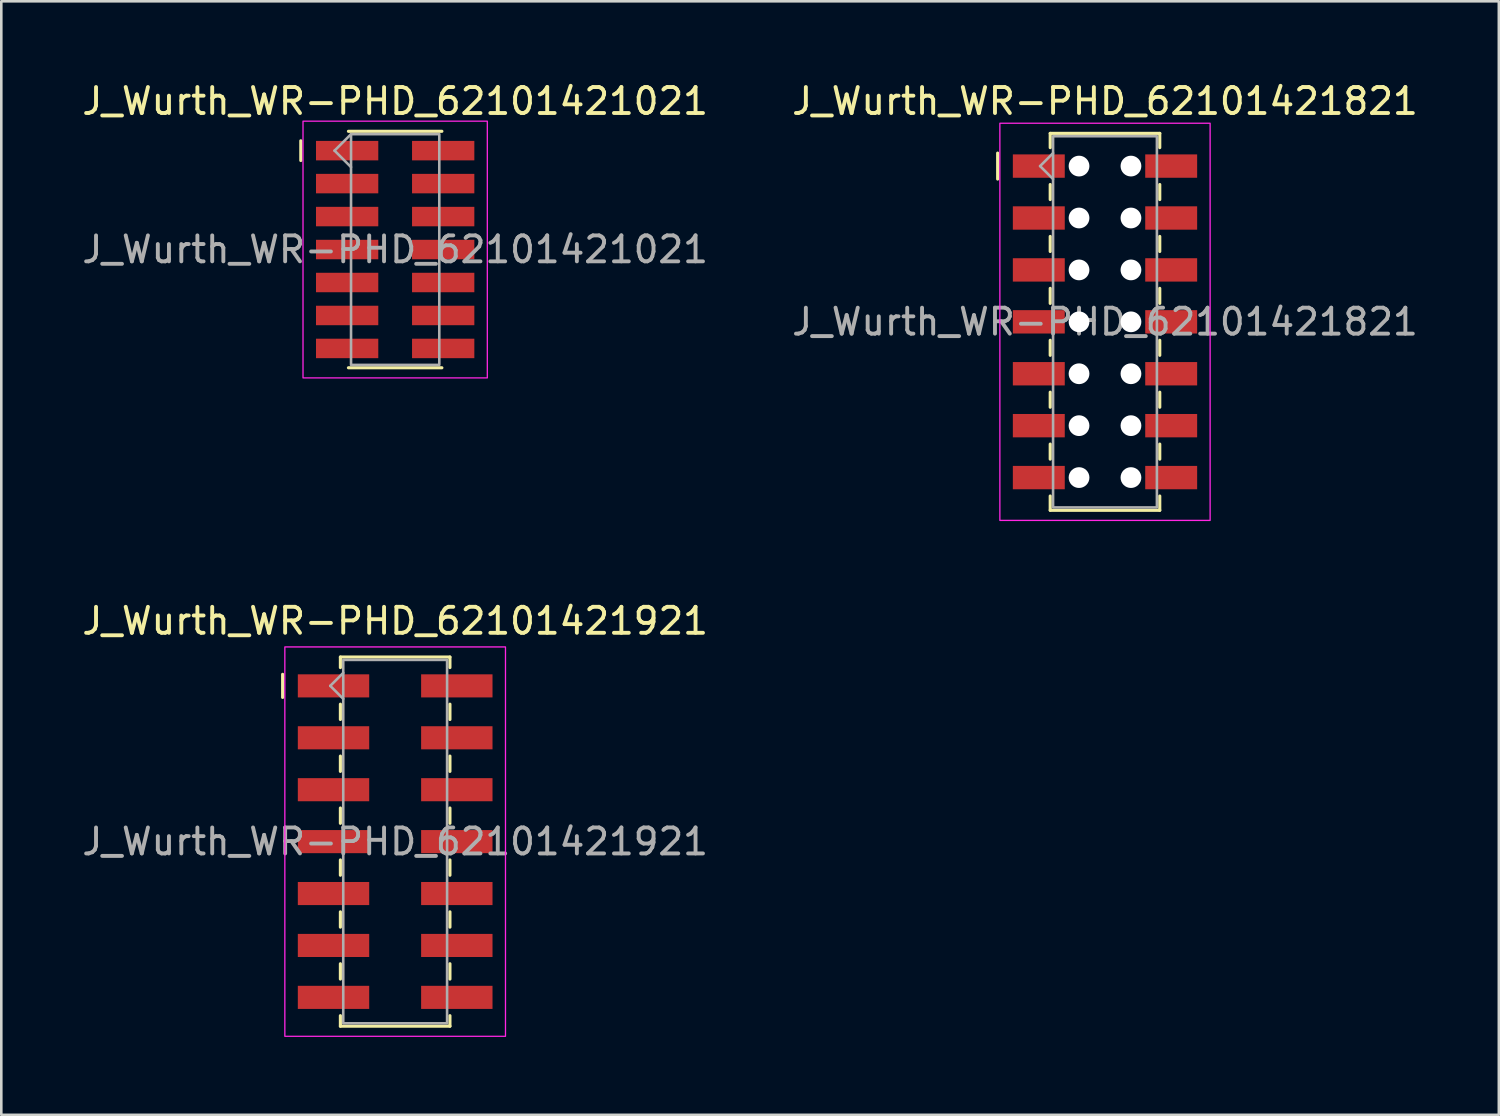
<source format=kicad_pcb>
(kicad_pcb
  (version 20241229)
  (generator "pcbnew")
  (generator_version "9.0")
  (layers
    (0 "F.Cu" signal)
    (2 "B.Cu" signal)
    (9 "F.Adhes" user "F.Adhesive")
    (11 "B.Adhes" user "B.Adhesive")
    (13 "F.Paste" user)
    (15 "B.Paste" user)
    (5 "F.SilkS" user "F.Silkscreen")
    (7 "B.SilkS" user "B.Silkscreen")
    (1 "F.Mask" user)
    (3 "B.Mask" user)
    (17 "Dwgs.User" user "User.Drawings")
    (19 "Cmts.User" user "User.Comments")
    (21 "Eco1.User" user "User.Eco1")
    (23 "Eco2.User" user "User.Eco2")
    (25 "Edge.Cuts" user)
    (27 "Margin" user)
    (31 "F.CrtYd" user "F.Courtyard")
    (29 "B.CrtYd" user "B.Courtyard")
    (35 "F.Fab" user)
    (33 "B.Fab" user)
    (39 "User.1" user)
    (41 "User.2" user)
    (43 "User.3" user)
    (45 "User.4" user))
  (footprint "J_Wurth_WR-PHD_62101421921"
    (layer "F.Cu")
    (at 12.173 29.372)
    (property "Reference" "J_Wurth_WR-PHD_62101421921" (at 0 -8.5 0) (unlocked yes) (layer "F.SilkS") (effects (font (size 1 1) (thickness 0.15))))
    (attr smd)
    (fp_line (start -4.335 -6.445) (end -4.335 -5.555) (stroke (width 0.12) (type solid)) (layer "F.SilkS"))
    (fp_line (start -2.11 -7.11) (end -2.11 -6.705) (stroke (width 0.12) (type solid)) (layer "F.SilkS"))
    (fp_line (start -2.11 -5.295) (end -2.11 -4.705) (stroke (width 0.12) (type solid)) (layer "F.SilkS"))
    (fp_line (start -2.11 -3.295) (end -2.11 -2.705) (stroke (width 0.12) (type solid)) (layer "F.SilkS"))
    (fp_line (start -2.11 -1.295) (end -2.11 -0.705) (stroke (width 0.12) (type solid)) (layer "F.SilkS"))
    (fp_line (start -2.11 0.705) (end -2.11 1.295) (stroke (width 0.12) (type solid)) (layer "F.SilkS"))
    (fp_line (start -2.11 2.705) (end -2.11 3.295) (stroke (width 0.12) (type solid)) (layer "F.SilkS"))
    (fp_line (start -2.11 4.705) (end -2.11 5.295) (stroke (width 0.12) (type solid)) (layer "F.SilkS"))
    (fp_line (start -2.11 6.705) (end -2.11 7.11) (stroke (width 0.12) (type solid)) (layer "F.SilkS"))
    (fp_line (start 2.11 -7.11) (end -2.11 -7.11) (stroke (width 0.12) (type solid)) (layer "F.SilkS"))
    (fp_line (start 2.11 -7.11) (end 2.11 -6.705) (stroke (width 0.12) (type solid)) (layer "F.SilkS"))
    (fp_line (start 2.11 -5.295) (end 2.11 -4.705) (stroke (width 0.12) (type solid)) (layer "F.SilkS"))
    (fp_line (start 2.11 -3.295) (end 2.11 -2.705) (stroke (width 0.12) (type solid)) (layer "F.SilkS"))
    (fp_line (start 2.11 -1.295) (end 2.11 -0.705) (stroke (width 0.12) (type solid)) (layer "F.SilkS"))
    (fp_line (start 2.11 0.705) (end 2.11 1.295) (stroke (width 0.12) (type solid)) (layer "F.SilkS"))
    (fp_line (start 2.11 2.705) (end 2.11 3.295) (stroke (width 0.12) (type solid)) (layer "F.SilkS"))
    (fp_line (start 2.11 4.705) (end 2.11 5.295) (stroke (width 0.12) (type solid)) (layer "F.SilkS"))
    (fp_line (start 2.11 6.705) (end 2.11 7.11) (stroke (width 0.12) (type solid)) (layer "F.SilkS"))
    (fp_line (start 2.11 7.11) (end -2.11 7.11) (stroke (width 0.12) (type solid)) (layer "F.SilkS"))
    (fp_rect (start -4.25 -7.5) (end 4.25 7.5) (stroke (width 0.05) (type solid)) (fill no) (layer "F.CrtYd"))
    (fp_line (start -2.5 -6) (end -2 -5.5) (stroke (width 0.1) (type default)) (layer "F.Fab"))
    (fp_line (start -2 -6.5) (end -2.5 -6) (stroke (width 0.1) (type default)) (layer "F.Fab"))
    (fp_rect (start -2 -7) (end 2 7) (stroke (width 0.1) (type solid)) (fill no) (layer "F.Fab"))
    (fp_text user "${REFERENCE}" (at 0 0 0) (unlocked yes) (layer "F.Fab") (effects (font (size 1 1) (thickness 0.15))))
    (pad "1" smd rect (at -2.375 -6 270) (size 0.89 2.75) (layers "F.Cu" "F.Mask" "F.Paste"))
    (pad "2" smd rect (at 2.375 -6 270) (size 0.89 2.75) (layers "F.Cu" "F.Mask" "F.Paste"))
    (pad "3" smd rect (at -2.375 -4 270) (size 0.89 2.75) (layers "F.Cu" "F.Mask" "F.Paste"))
    (pad "4" smd rect (at 2.375 -4 270) (size 0.89 2.75) (layers "F.Cu" "F.Mask" "F.Paste"))
    (pad "5" smd rect (at -2.375 -2 270) (size 0.89 2.75) (layers "F.Cu" "F.Mask" "F.Paste"))
    (pad "6" smd rect (at 2.375 -2 270) (size 0.89 2.75) (layers "F.Cu" "F.Mask" "F.Paste"))
    (pad "7" smd rect (at -2.375 0 270) (size 0.89 2.75) (layers "F.Cu" "F.Mask" "F.Paste"))
    (pad "8" smd rect (at 2.375 0 270) (size 0.89 2.75) (layers "F.Cu" "F.Mask" "F.Paste"))
    (pad "9" smd rect (at -2.375 2 270) (size 0.89 2.75) (layers "F.Cu" "F.Mask" "F.Paste"))
    (pad "10" smd rect (at 2.375 2 270) (size 0.89 2.75) (layers "F.Cu" "F.Mask" "F.Paste"))
    (pad "11" smd rect (at -2.375 4 270) (size 0.89 2.75) (layers "F.Cu" "F.Mask" "F.Paste"))
    (pad "12" smd rect (at 2.375 4 270) (size 0.89 2.75) (layers "F.Cu" "F.Mask" "F.Paste"))
    (pad "13" smd rect (at -2.375 6 270) (size 0.89 2.75) (layers "F.Cu" "F.Mask" "F.Paste"))
    (pad "14" smd rect (at 2.375 6 270) (size 0.89 2.75) (layers "F.Cu" "F.Mask" "F.Paste")))
  (footprint "J_Wurth_WR-PHD_62101421821"
    (layer "F.Cu")
    (at 39.518 9.348)
    (property "Reference" "J_Wurth_WR-PHD_62101421821" (at 0 -8.5 0) (unlocked yes) (layer "F.SilkS") (effects (font (size 1 1) (thickness 0.15))))
    (attr smd)
    (fp_line (start -4.135 -6.5) (end -4.135 -5.5) (stroke (width 0.12) (type solid)) (layer "F.SilkS"))
    (fp_line (start -2.11 -7.26) (end -2.11 -6.71) (stroke (width 0.12) (type solid)) (layer "F.SilkS"))
    (fp_line (start -2.11 -5.29) (end -2.11 -4.71) (stroke (width 0.12) (type solid)) (layer "F.SilkS"))
    (fp_line (start -2.11 -3.29) (end -2.11 -2.71) (stroke (width 0.12) (type solid)) (layer "F.SilkS"))
    (fp_line (start -2.11 -1.29) (end -2.11 -0.71) (stroke (width 0.12) (type solid)) (layer "F.SilkS"))
    (fp_line (start -2.11 0.71) (end -2.11 1.29) (stroke (width 0.12) (type solid)) (layer "F.SilkS"))
    (fp_line (start -2.11 2.71) (end -2.11 3.29) (stroke (width 0.12) (type solid)) (layer "F.SilkS"))
    (fp_line (start -2.11 4.71) (end -2.11 5.29) (stroke (width 0.12) (type solid)) (layer "F.SilkS"))
    (fp_line (start -2.11 6.71) (end -2.11 7.26) (stroke (width 0.12) (type solid)) (layer "F.SilkS"))
    (fp_line (start -2.11 7.26) (end 2.11 7.26) (stroke (width 0.12) (type solid)) (layer "F.SilkS"))
    (fp_line (start 2.11 -7.26) (end -2.11 -7.26) (stroke (width 0.12) (type solid)) (layer "F.SilkS"))
    (fp_line (start 2.11 -7.26) (end 2.11 -6.71) (stroke (width 0.12) (type solid)) (layer "F.SilkS"))
    (fp_line (start 2.11 -5.29) (end 2.11 -4.71) (stroke (width 0.12) (type solid)) (layer "F.SilkS"))
    (fp_line (start 2.11 -3.29) (end 2.11 -2.71) (stroke (width 0.12) (type solid)) (layer "F.SilkS"))
    (fp_line (start 2.11 -1.29) (end 2.11 -0.71) (stroke (width 0.12) (type solid)) (layer "F.SilkS"))
    (fp_line (start 2.11 0.71) (end 2.11 1.29) (stroke (width 0.12) (type solid)) (layer "F.SilkS"))
    (fp_line (start 2.11 2.71) (end 2.11 3.29) (stroke (width 0.12) (type solid)) (layer "F.SilkS"))
    (fp_line (start 2.11 4.71) (end 2.11 5.29) (stroke (width 0.12) (type solid)) (layer "F.SilkS"))
    (fp_line (start 2.11 6.71) (end 2.11 7.26) (stroke (width 0.12) (type solid)) (layer "F.SilkS"))
    (fp_rect (start -4.05 -7.65) (end 4.05 7.65) (stroke (width 0.05) (type solid)) (fill no) (layer "F.CrtYd"))
    (fp_line (start -2.5 -6) (end -2 -5.5) (stroke (width 0.1) (type default)) (layer "F.Fab"))
    (fp_line (start -2 -6.5) (end -2.5 -6) (stroke (width 0.1) (type default)) (layer "F.Fab"))
    (fp_rect (start -2 -7.15) (end 2 7.15) (stroke (width 0.1) (type solid)) (fill no) (layer "F.Fab"))
    (fp_text user "${REFERENCE}" (at 0 0 0) (unlocked yes) (layer "F.Fab") (effects (font (size 1 1) (thickness 0.15))))
    (pad "" np_thru_hole circle (at -1 -6 270) (size 0.8 0.8) (drill 0.8) (layers "*.Cu" "*.Mask"))
    (pad "" np_thru_hole circle (at -1 -4 270) (size 0.8 0.8) (drill 0.8) (layers "*.Cu" "*.Mask"))
    (pad "" np_thru_hole circle (at -1 -2 270) (size 0.8 0.8) (drill 0.8) (layers "*.Cu" "*.Mask"))
    (pad "" np_thru_hole circle (at -1 0 270) (size 0.8 0.8) (drill 0.8) (layers "*.Cu" "*.Mask"))
    (pad "" np_thru_hole circle (at -1 2 270) (size 0.8 0.8) (drill 0.8) (layers "*.Cu" "*.Mask"))
    (pad "" np_thru_hole circle (at -1 4 270) (size 0.8 0.8) (drill 0.8) (layers "*.Cu" "*.Mask"))
    (pad "" np_thru_hole circle (at -1 6 270) (size 0.8 0.8) (drill 0.8) (layers "*.Cu" "*.Mask"))
    (pad "" np_thru_hole circle (at 1 -6 270) (size 0.8 0.8) (drill 0.8) (layers "*.Cu" "*.Mask"))
    (pad "" np_thru_hole circle (at 1 -4 270) (size 0.8 0.8) (drill 0.8) (layers "*.Cu" "*.Mask"))
    (pad "" np_thru_hole circle (at 1 -2 270) (size 0.8 0.8) (drill 0.8) (layers "*.Cu" "*.Mask"))
    (pad "" np_thru_hole circle (at 1 0 270) (size 0.8 0.8) (drill 0.8) (layers "*.Cu" "*.Mask"))
    (pad "" np_thru_hole circle (at 1 2 270) (size 0.8 0.8) (drill 0.8) (layers "*.Cu" "*.Mask"))
    (pad "" np_thru_hole circle (at 1 4 270) (size 0.8 0.8) (drill 0.8) (layers "*.Cu" "*.Mask"))
    (pad "" np_thru_hole circle (at 1 6 270) (size 0.8 0.8) (drill 0.8) (layers "*.Cu" "*.Mask"))
    (pad "1" smd rect (at -2.55 -6 270) (size 0.9 2) (layers "F.Cu" "F.Mask" "F.Paste"))
    (pad "2" smd rect (at 2.55 -6 270) (size 0.9 2) (layers "F.Cu" "F.Mask" "F.Paste"))
    (pad "3" smd rect (at -2.55 -4 270) (size 0.9 2) (layers "F.Cu" "F.Mask" "F.Paste"))
    (pad "4" smd rect (at 2.55 -4 270) (size 0.9 2) (layers "F.Cu" "F.Mask" "F.Paste"))
    (pad "5" smd rect (at -2.55 -2 270) (size 0.9 2) (layers "F.Cu" "F.Mask" "F.Paste"))
    (pad "6" smd rect (at 2.55 -2 270) (size 0.9 2) (layers "F.Cu" "F.Mask" "F.Paste"))
    (pad "7" smd rect (at -2.55 0 270) (size 0.9 2) (layers "F.Cu" "F.Mask" "F.Paste"))
    (pad "8" smd rect (at 2.55 0 270) (size 0.9 2) (layers "F.Cu" "F.Mask" "F.Paste"))
    (pad "9" smd rect (at -2.55 2 270) (size 0.9 2) (layers "F.Cu" "F.Mask" "F.Paste"))
    (pad "10" smd rect (at 2.55 2 270) (size 0.9 2) (layers "F.Cu" "F.Mask" "F.Paste"))
    (pad "11" smd rect (at -2.55 4 270) (size 0.9 2) (layers "F.Cu" "F.Mask" "F.Paste"))
    (pad "12" smd rect (at 2.55 4 270) (size 0.9 2) (layers "F.Cu" "F.Mask" "F.Paste"))
    (pad "13" smd rect (at -2.55 6 270) (size 0.9 2) (layers "F.Cu" "F.Mask" "F.Paste"))
    (pad "14" smd rect (at 2.55 6 270) (size 0.9 2) (layers "F.Cu" "F.Mask" "F.Paste")))
  (footprint "J_Wurth_WR-PHD_62101421021"
    (layer "F.Cu")
    (at 12.173 6.563)
    (property "Reference" "J_Wurth_WR-PHD_62101421021" (at 0 -5.715 0) (unlocked yes) (layer "F.SilkS") (effects (font (size 1 1) (thickness 0.15))))
    (attr smd)
    (fp_line (start -3.635 -4.19) (end -3.635 -3.43) (stroke (width 0.12) (type solid)) (layer "F.SilkS"))
    (fp_line (start 1.8 -4.555) (end -1.8 -4.555) (stroke (width 0.12) (type solid)) (layer "F.SilkS"))
    (fp_line (start 1.8 4.555) (end -1.8 4.555) (stroke (width 0.12) (type solid)) (layer "F.SilkS"))
    (fp_rect (start -3.55 -4.945) (end 3.55 4.945) (stroke (width 0.05) (type solid)) (fill no) (layer "F.CrtYd"))
    (fp_line (start -2.335 -3.81) (end -1.7 -3.175) (stroke (width 0.1) (type default)) (layer "F.Fab"))
    (fp_line (start -1.7 -4.445) (end -2.335 -3.81) (stroke (width 0.1) (type default)) (layer "F.Fab"))
    (fp_rect (start -1.7 -4.445) (end 1.7 4.445) (stroke (width 0.1) (type solid)) (fill no) (layer "F.Fab"))
    (fp_text user "${REFERENCE}" (at 0 0 0) (unlocked yes) (layer "F.Fab") (effects (font (size 1 1) (thickness 0.15))))
    (pad "1" smd rect (at -1.85 -3.81 270) (size 0.75 2.4) (layers "F.Cu" "F.Mask" "F.Paste"))
    (pad "2" smd rect (at 1.85 -3.81 270) (size 0.75 2.4) (layers "F.Cu" "F.Mask" "F.Paste"))
    (pad "3" smd rect (at -1.85 -2.54 270) (size 0.75 2.4) (layers "F.Cu" "F.Mask" "F.Paste"))
    (pad "4" smd rect (at 1.85 -2.54 270) (size 0.75 2.4) (layers "F.Cu" "F.Mask" "F.Paste"))
    (pad "5" smd rect (at -1.85 -1.27 270) (size 0.75 2.4) (layers "F.Cu" "F.Mask" "F.Paste"))
    (pad "6" smd rect (at 1.85 -1.27 270) (size 0.75 2.4) (layers "F.Cu" "F.Mask" "F.Paste"))
    (pad "7" smd rect (at -1.85 0 270) (size 0.75 2.4) (layers "F.Cu" "F.Mask" "F.Paste"))
    (pad "8" smd rect (at 1.85 0 270) (size 0.75 2.4) (layers "F.Cu" "F.Mask" "F.Paste"))
    (pad "9" smd rect (at -1.85 1.27 270) (size 0.75 2.4) (layers "F.Cu" "F.Mask" "F.Paste"))
    (pad "10" smd rect (at 1.85 1.27 270) (size 0.75 2.4) (layers "F.Cu" "F.Mask" "F.Paste"))
    (pad "11" smd rect (at -1.85 2.54 270) (size 0.75 2.4) (layers "F.Cu" "F.Mask" "F.Paste"))
    (pad "12" smd rect (at 1.85 2.54 270) (size 0.75 2.4) (layers "F.Cu" "F.Mask" "F.Paste"))
    (pad "13" smd rect (at -1.85 3.81 270) (size 0.75 2.4) (layers "F.Cu" "F.Mask" "F.Paste"))
    (pad "14" smd rect (at 1.85 3.81 270) (size 0.75 2.4) (layers "F.Cu" "F.Mask" "F.Paste")))
  (gr_rect
    (start -3 -3)
    (end 54.69 39.897)
    (stroke (width 0.1) (type default))
    (fill no)
    (layer "Edge.Cuts")))
</source>
